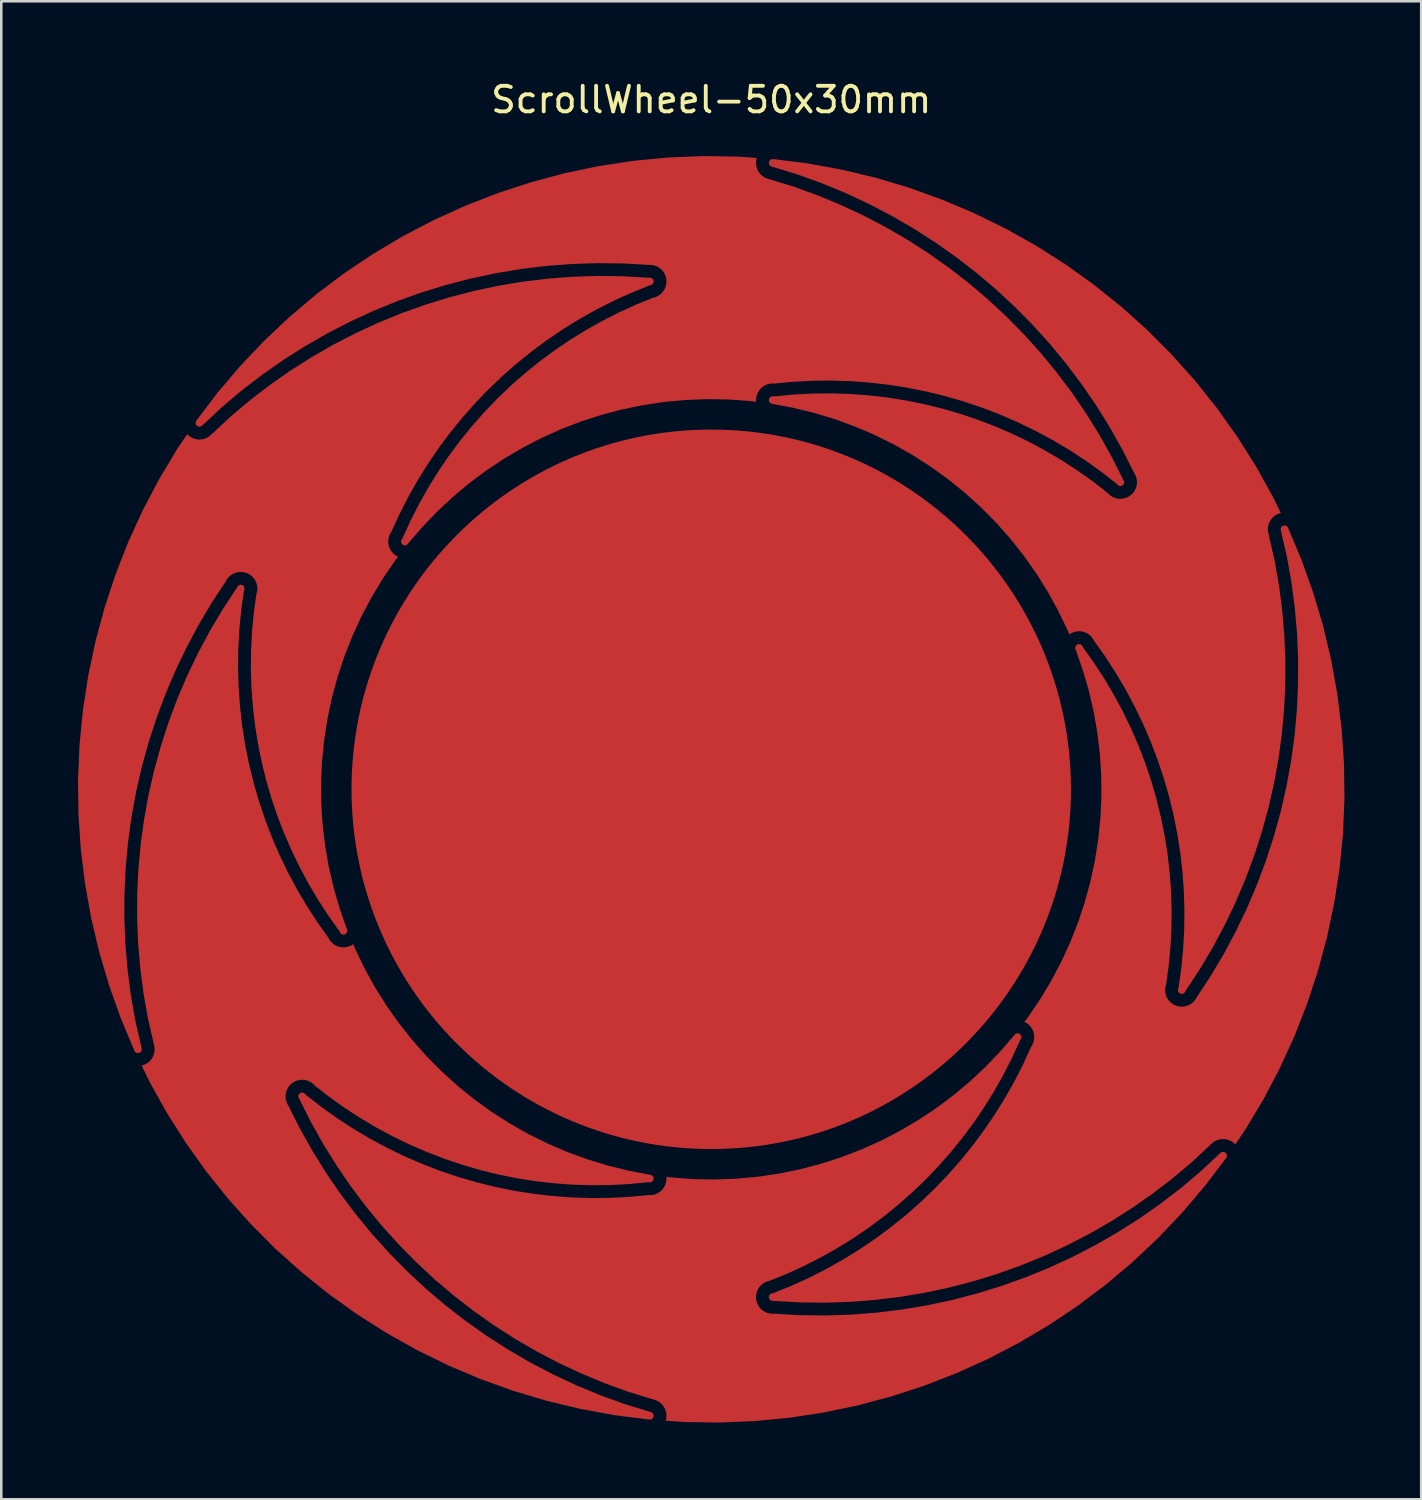
<source format=kicad_pcb>
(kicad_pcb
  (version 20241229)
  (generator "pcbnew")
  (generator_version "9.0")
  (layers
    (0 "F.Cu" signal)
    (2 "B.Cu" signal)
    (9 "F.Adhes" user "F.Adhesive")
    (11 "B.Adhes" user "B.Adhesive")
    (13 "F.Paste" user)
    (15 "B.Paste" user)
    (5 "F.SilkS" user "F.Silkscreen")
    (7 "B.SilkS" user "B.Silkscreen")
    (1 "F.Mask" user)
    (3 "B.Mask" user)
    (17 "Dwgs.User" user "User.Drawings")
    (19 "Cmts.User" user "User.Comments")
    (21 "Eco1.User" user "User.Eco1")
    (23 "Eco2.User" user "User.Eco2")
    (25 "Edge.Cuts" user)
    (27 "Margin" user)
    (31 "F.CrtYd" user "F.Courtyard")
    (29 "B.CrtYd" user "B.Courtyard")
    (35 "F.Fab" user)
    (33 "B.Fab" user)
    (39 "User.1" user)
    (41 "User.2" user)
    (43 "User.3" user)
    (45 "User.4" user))
  (footprint "ScrollWheel-50x30mm"
    (layer "F.Cu")
    (at 24.747 27.798)
    (property "Reference" "ScrollWheel-50x30mm" (at 0 -26.95 0) (layer "F.SilkS") (effects (font (size 1 1) (thickness 0.15))))
    (attr smd)
    (fp_circle (center 0 0) (end -0.5 -14) (stroke (width 0.1) (type solid)) (fill yes) (layer "F.Cu"))
    (pad "1" smd custom (at 0 -20) (size 2 2) (layers "F.Cu") (options (anchor circle)) (primitives (gr_poly (pts (xy 1.054 -4.727) (xy 1.78 -4.676) (xy 1.765 -4.619) (xy 1.758 -4.579) (xy 1.751 -4.513) (xy 1.751 -4.472) (xy 1.755 -4.406) (xy 1.761 -4.365) (xy 1.777 -4.301) (xy 1.789 -4.262) (xy 1.815 -4.201) (xy 1.834 -4.164) (xy 1.869 -4.108) (xy 1.894 -4.075) (xy 1.938 -4.026) (xy 1.968 -3.998) (xy 2.02 -3.956) (xy 2.054 -3.933) (xy 2.112 -3.901) (xy 2.149 -3.884) (xy 2.211 -3.861) (xy 2.223 -3.857) (xy 3.229 -3.551) (xy 4.15 -3.217) (xy 5.057 -2.841) (xy 5.946 -2.426) (xy 6.815 -1.972) (xy 7.664 -1.48) (xy 8.489 -0.95) (xy 9.291 -0.384) (xy 10.066 0.217) (xy 10.814 0.852) (xy 11.533 1.52) (xy 12.221 2.219) (xy 12.878 2.948) (xy 13.501 3.705) (xy 14.091 4.49) (xy 14.644 5.299) (xy 15.162 6.133) (xy 15.641 6.989) (xy 16.085 7.87) (xy 16.096 7.891) (xy 16.121 7.929) (xy 16.13 7.952) (xy 16.136 7.976) (xy 16.137 8.001) (xy 16.135 8.025) (xy 16.128 8.049) (xy 16.118 8.071) (xy 16.104 8.092) (xy 16.087 8.109) (xy 16.068 8.124) (xy 16.046 8.136) (xy 16.022 8.143) (xy 15.998 8.147) (xy 15.973 8.146) (xy 15.949 8.142) (xy 15.926 8.133) (xy 15.904 8.121) (xy 15.885 8.106) (xy 15.855 8.072) (xy 15.822 8.041) (xy 15.235 7.584) (xy 15.227 7.578) (xy 14.622 7.146) (xy 14.613 7.14) (xy 13.99 6.734) (xy 13.981 6.729) (xy 13.342 6.35) (xy 13.332 6.344) (xy 12.678 5.992) (xy 12.668 5.988) (xy 11.999 5.663) (xy 11.99 5.659) (xy 11.308 5.363) (xy 11.298 5.359) (xy 10.604 5.092) (xy 10.594 5.088) (xy 9.89 4.851) (xy 9.88 4.848) (xy 9.166 4.64) (xy 9.156 4.637) (xy 8.434 4.459) (xy 8.424 4.457) (xy 7.695 4.31) (xy 7.685 4.308) (xy 6.95 4.192) (xy 6.94 4.19) (xy 6.202 4.105) (xy 6.191 4.104) (xy 5.45 4.049) (xy 5.439 4.049) (xy 4.696 4.026) (xy 4.686 4.025) (xy 3.942 4.033) (xy 3.932 4.034) (xy 3.189 4.073) (xy 3.179 4.074) (xy 2.46 4.142) (xy 2.415 4.139) (xy 2.374 4.139) (xy 2.308 4.145) (xy 2.267 4.152) (xy 2.203 4.169) (xy 2.164 4.183) (xy 2.104 4.21) (xy 2.068 4.23) (xy 2.013 4.267) (xy 1.981 4.292) (xy 1.932 4.337) (xy 1.905 4.368) (xy 1.865 4.421) (xy 1.842 4.455) (xy 1.811 4.514) (xy 1.795 4.552) (xy 1.774 4.614) (xy 1.764 4.654) (xy 1.754 4.72) (xy 1.751 4.761) (xy 1.752 4.827) (xy 1.754 4.856) (xy 1.55 4.829) (xy 1.536 4.828) (xy 0.712 4.767) (xy 0.698 4.766) (xy -0.128 4.751) (xy -0.142 4.751) (xy -0.968 4.781) (xy -0.982 4.782) (xy -1.805 4.857) (xy -1.819 4.859) (xy -2.637 4.98) (xy -2.65 4.982) (xy -3.46 5.148) (xy -3.473 5.151) (xy -4.273 5.361) (xy -4.286 5.365) (xy -5.073 5.619) (xy -5.086 5.623) (xy -5.857 5.92) (xy -5.87 5.925) (xy -6.624 6.264) (xy -6.637 6.27) (xy -7.371 6.65) (xy -7.383 6.656) (xy -8.095 7.076) (xy -8.107 7.083) (xy -8.795 7.542) (xy -8.806 7.549) (xy -9.468 8.045) (xy -9.478 8.053) (xy -10.112 8.585) (xy -10.122 8.594) (xy -10.725 9.159) (xy -10.735 9.169) (xy -11.306 9.766) (xy -11.315 9.776) (xy -11.88 10.431) (xy -11.895 10.442) (xy -11.916 10.453) (xy -11.94 10.461) (xy -11.964 10.464) (xy -11.989 10.464) (xy -12.013 10.459) (xy -12.036 10.451) (xy -12.058 10.439) (xy -12.077 10.423) (xy -12.093 10.405) (xy -12.106 10.384) (xy -12.116 10.361) (xy -12.121 10.337) (xy -12.123 10.313) (xy -12.12 10.288) (xy -12.114 10.265) (xy -12.104 10.242) (xy -12.078 10.205) (xy -12.057 10.168) (xy -11.751 9.497) (xy -11.418 8.843) (xy -11.058 8.205) (xy -10.672 7.582) (xy -10.26 6.976) (xy -9.823 6.387) (xy -9.362 5.818) (xy -8.877 5.268) (xy -8.37 4.739) (xy -7.84 4.232) (xy -7.29 3.748) (xy -6.72 3.287) (xy -6.131 2.851) (xy -5.525 2.439) (xy -4.901 2.054) (xy -4.262 1.695) (xy -3.609 1.363) (xy -2.942 1.059) (xy -2.279 0.79) (xy -2.237 0.781) (xy -2.197 0.77) (xy -2.136 0.746) (xy -2.098 0.728) (xy -2.042 0.694) (xy -2.008 0.671) (xy -1.957 0.628) (xy -1.928 0.599) (xy -1.885 0.549) (xy -1.861 0.515) (xy -1.827 0.459) (xy -1.809 0.421) (xy -1.784 0.36) (xy -1.773 0.32) (xy -1.759 0.256) (xy -1.754 0.215) (xy -1.751 0.149) (xy -1.752 0.108) (xy -1.76 0.042) (xy -1.768 0.002) (xy -1.787 -0.062) (xy -1.802 -0.1) (xy -1.831 -0.16) (xy -1.852 -0.195) (xy -1.89 -0.249) (xy -1.916 -0.281) (xy -1.963 -0.328) (xy -1.994 -0.354) (xy -2.048 -0.393) (xy -2.083 -0.414) (xy -2.143 -0.444) (xy -2.181 -0.459) (xy -2.244 -0.478) (xy -2.285 -0.486) (xy -2.35 -0.495) (xy -2.391 -0.497) (xy -2.446 -0.495) (xy -3.424 -0.551) (xy -3.435 -0.551) (xy -4.427 -0.564) (xy -4.439 -0.564) (xy -5.43 -0.532) (xy -5.441 -0.532) (xy -6.431 -0.456) (xy -6.442 -0.455) (xy -7.427 -0.336) (xy -7.438 -0.334) (xy -8.416 -0.171) (xy -8.427 -0.169) (xy -9.398 0.038) (xy -9.409 0.04) (xy -10.369 0.29) (xy -10.38 0.293) (xy -11.328 0.585) (xy -11.339 0.588) (xy -12.273 0.922) (xy -12.283 0.926) (xy -13.202 1.301) (xy -13.212 1.306) (xy -14.113 1.722) (xy -14.123 1.726) (xy -15.004 2.182) (xy -15.014 2.187) (xy -15.875 2.681) (xy -15.884 2.687) (xy -16.722 3.219) (xy -16.731 3.225) (xy -17.544 3.794) (xy -17.553 3.8) (xy -18.34 4.404) (xy -18.349 4.411) (xy -19.108 5.05) (xy -19.118 5.059) (xy -19.886 5.776) (xy -19.916 5.802) (xy -19.937 5.814) (xy -19.96 5.823) (xy -19.984 5.828) (xy -20.009 5.829) (xy -20.033 5.826) (xy -20.057 5.819) (xy -20.079 5.808) (xy -20.099 5.794) (xy -20.117 5.776) (xy -20.131 5.756) (xy -20.142 5.734) (xy -20.149 5.711) (xy -20.152 5.686) (xy -20.151 5.662) (xy -20.145 5.637) (xy -20.137 5.615) (xy -20.12 5.587) (xy -19.3 4.506) (xy -18.417 3.467) (xy -17.479 2.477) (xy -16.487 1.541) (xy -15.445 0.661) (xy -14.356 -0.161) (xy -13.224 -0.921) (xy -12.051 -1.618) (xy -10.842 -2.249) (xy -9.6 -2.812) (xy -8.329 -3.306) (xy -7.032 -3.73) (xy -5.714 -4.081) (xy -4.379 -4.359) (xy -3.03 -4.564) (xy -1.673 -4.693) (xy -0.31 -4.748)) (width 0) (fill yes))))
    (pad "2" smd custom (at -17.321 -10 60) (size 2 2) (layers "F.Cu") (options (anchor circle)) (primitives (gr_poly (pts (xy 1.054 -4.727) (xy 1.78 -4.676) (xy 1.765 -4.619) (xy 1.758 -4.579) (xy 1.751 -4.513) (xy 1.751 -4.472) (xy 1.755 -4.406) (xy 1.761 -4.365) (xy 1.777 -4.301) (xy 1.789 -4.262) (xy 1.815 -4.201) (xy 1.834 -4.164) (xy 1.869 -4.108) (xy 1.894 -4.075) (xy 1.938 -4.026) (xy 1.968 -3.998) (xy 2.02 -3.956) (xy 2.054 -3.933) (xy 2.112 -3.901) (xy 2.149 -3.884) (xy 2.211 -3.861) (xy 2.223 -3.857) (xy 3.229 -3.551) (xy 4.15 -3.217) (xy 5.057 -2.841) (xy 5.946 -2.426) (xy 6.815 -1.972) (xy 7.664 -1.48) (xy 8.489 -0.95) (xy 9.291 -0.384) (xy 10.066 0.217) (xy 10.814 0.852) (xy 11.533 1.52) (xy 12.221 2.219) (xy 12.878 2.948) (xy 13.501 3.705) (xy 14.091 4.49) (xy 14.644 5.299) (xy 15.162 6.133) (xy 15.641 6.989) (xy 16.085 7.87) (xy 16.096 7.891) (xy 16.121 7.929) (xy 16.13 7.952) (xy 16.136 7.976) (xy 16.137 8.001) (xy 16.135 8.025) (xy 16.128 8.049) (xy 16.118 8.071) (xy 16.104 8.092) (xy 16.087 8.109) (xy 16.068 8.124) (xy 16.046 8.136) (xy 16.022 8.143) (xy 15.998 8.147) (xy 15.973 8.146) (xy 15.949 8.142) (xy 15.926 8.133) (xy 15.904 8.121) (xy 15.885 8.106) (xy 15.855 8.072) (xy 15.822 8.041) (xy 15.235 7.584) (xy 15.227 7.578) (xy 14.622 7.146) (xy 14.613 7.14) (xy 13.99 6.734) (xy 13.981 6.729) (xy 13.342 6.35) (xy 13.332 6.344) (xy 12.678 5.992) (xy 12.668 5.988) (xy 11.999 5.663) (xy 11.99 5.659) (xy 11.308 5.363) (xy 11.298 5.359) (xy 10.604 5.092) (xy 10.594 5.088) (xy 9.89 4.851) (xy 9.88 4.848) (xy 9.166 4.64) (xy 9.156 4.637) (xy 8.434 4.459) (xy 8.424 4.457) (xy 7.695 4.31) (xy 7.685 4.308) (xy 6.95 4.192) (xy 6.94 4.19) (xy 6.202 4.105) (xy 6.191 4.104) (xy 5.45 4.049) (xy 5.439 4.049) (xy 4.696 4.026) (xy 4.686 4.025) (xy 3.942 4.033) (xy 3.932 4.034) (xy 3.189 4.073) (xy 3.179 4.074) (xy 2.46 4.142) (xy 2.415 4.139) (xy 2.374 4.139) (xy 2.308 4.145) (xy 2.267 4.152) (xy 2.203 4.169) (xy 2.164 4.183) (xy 2.104 4.21) (xy 2.068 4.23) (xy 2.013 4.267) (xy 1.981 4.292) (xy 1.932 4.337) (xy 1.905 4.368) (xy 1.865 4.421) (xy 1.842 4.455) (xy 1.811 4.514) (xy 1.795 4.552) (xy 1.774 4.614) (xy 1.764 4.654) (xy 1.754 4.72) (xy 1.751 4.761) (xy 1.752 4.827) (xy 1.754 4.856) (xy 1.55 4.829) (xy 1.536 4.828) (xy 0.712 4.767) (xy 0.698 4.766) (xy -0.128 4.751) (xy -0.142 4.751) (xy -0.968 4.781) (xy -0.982 4.782) (xy -1.805 4.857) (xy -1.819 4.859) (xy -2.637 4.98) (xy -2.65 4.982) (xy -3.46 5.148) (xy -3.473 5.151) (xy -4.273 5.361) (xy -4.286 5.365) (xy -5.073 5.619) (xy -5.086 5.623) (xy -5.857 5.92) (xy -5.87 5.925) (xy -6.624 6.264) (xy -6.637 6.27) (xy -7.371 6.65) (xy -7.383 6.656) (xy -8.095 7.076) (xy -8.107 7.083) (xy -8.795 7.542) (xy -8.806 7.549) (xy -9.468 8.045) (xy -9.478 8.053) (xy -10.112 8.585) (xy -10.122 8.594) (xy -10.725 9.159) (xy -10.735 9.169) (xy -11.306 9.766) (xy -11.315 9.776) (xy -11.88 10.431) (xy -11.895 10.442) (xy -11.916 10.453) (xy -11.94 10.461) (xy -11.964 10.464) (xy -11.989 10.464) (xy -12.013 10.459) (xy -12.036 10.451) (xy -12.058 10.439) (xy -12.077 10.423) (xy -12.093 10.405) (xy -12.106 10.384) (xy -12.116 10.361) (xy -12.121 10.337) (xy -12.123 10.313) (xy -12.12 10.288) (xy -12.114 10.265) (xy -12.104 10.242) (xy -12.078 10.205) (xy -12.057 10.168) (xy -11.751 9.497) (xy -11.418 8.843) (xy -11.058 8.205) (xy -10.672 7.582) (xy -10.26 6.976) (xy -9.823 6.387) (xy -9.362 5.818) (xy -8.877 5.268) (xy -8.37 4.739) (xy -7.84 4.232) (xy -7.29 3.748) (xy -6.72 3.287) (xy -6.131 2.851) (xy -5.525 2.439) (xy -4.901 2.054) (xy -4.262 1.695) (xy -3.609 1.363) (xy -2.942 1.059) (xy -2.279 0.79) (xy -2.237 0.781) (xy -2.197 0.77) (xy -2.136 0.746) (xy -2.098 0.728) (xy -2.042 0.694) (xy -2.008 0.671) (xy -1.957 0.628) (xy -1.928 0.599) (xy -1.885 0.549) (xy -1.861 0.515) (xy -1.827 0.459) (xy -1.809 0.421) (xy -1.784 0.36) (xy -1.773 0.32) (xy -1.759 0.256) (xy -1.754 0.215) (xy -1.751 0.149) (xy -1.752 0.108) (xy -1.76 0.042) (xy -1.768 0.002) (xy -1.787 -0.062) (xy -1.802 -0.1) (xy -1.831 -0.16) (xy -1.852 -0.195) (xy -1.89 -0.249) (xy -1.916 -0.281) (xy -1.963 -0.328) (xy -1.994 -0.354) (xy -2.048 -0.393) (xy -2.083 -0.414) (xy -2.143 -0.444) (xy -2.181 -0.459) (xy -2.244 -0.478) (xy -2.285 -0.486) (xy -2.35 -0.495) (xy -2.391 -0.497) (xy -2.446 -0.495) (xy -3.424 -0.551) (xy -3.435 -0.551) (xy -4.427 -0.564) (xy -4.439 -0.564) (xy -5.43 -0.532) (xy -5.441 -0.532) (xy -6.431 -0.456) (xy -6.442 -0.455) (xy -7.427 -0.336) (xy -7.438 -0.334) (xy -8.416 -0.171) (xy -8.427 -0.169) (xy -9.398 0.038) (xy -9.409 0.04) (xy -10.369 0.29) (xy -10.38 0.293) (xy -11.328 0.585) (xy -11.339 0.588) (xy -12.273 0.922) (xy -12.283 0.926) (xy -13.202 1.301) (xy -13.212 1.306) (xy -14.113 1.722) (xy -14.123 1.726) (xy -15.004 2.182) (xy -15.014 2.187) (xy -15.875 2.681) (xy -15.884 2.687) (xy -16.722 3.219) (xy -16.731 3.225) (xy -17.544 3.794) (xy -17.553 3.8) (xy -18.34 4.404) (xy -18.349 4.411) (xy -19.108 5.05) (xy -19.118 5.059) (xy -19.886 5.776) (xy -19.916 5.802) (xy -19.937 5.814) (xy -19.96 5.823) (xy -19.984 5.828) (xy -20.009 5.829) (xy -20.033 5.826) (xy -20.057 5.819) (xy -20.079 5.808) (xy -20.099 5.794) (xy -20.117 5.776) (xy -20.131 5.756) (xy -20.142 5.734) (xy -20.149 5.711) (xy -20.152 5.686) (xy -20.151 5.662) (xy -20.145 5.637) (xy -20.137 5.615) (xy -20.12 5.587) (xy -19.3 4.506) (xy -18.417 3.467) (xy -17.479 2.477) (xy -16.487 1.541) (xy -15.445 0.661) (xy -14.356 -0.161) (xy -13.224 -0.921) (xy -12.051 -1.618) (xy -10.842 -2.249) (xy -9.6 -2.812) (xy -8.329 -3.306) (xy -7.032 -3.73) (xy -5.714 -4.081) (xy -4.379 -4.359) (xy -3.03 -4.564) (xy -1.673 -4.693) (xy -0.31 -4.748)) (width 0) (fill yes))))
    (pad "3" smd custom (at -17.321 10 120) (size 2 2) (layers "F.Cu") (options (anchor circle)) (primitives (gr_poly (pts (xy 1.054 -4.727) (xy 1.78 -4.676) (xy 1.765 -4.619) (xy 1.758 -4.579) (xy 1.751 -4.513) (xy 1.751 -4.472) (xy 1.755 -4.406) (xy 1.761 -4.365) (xy 1.777 -4.301) (xy 1.789 -4.262) (xy 1.815 -4.201) (xy 1.834 -4.164) (xy 1.869 -4.108) (xy 1.894 -4.075) (xy 1.938 -4.026) (xy 1.968 -3.998) (xy 2.02 -3.956) (xy 2.054 -3.933) (xy 2.112 -3.901) (xy 2.149 -3.884) (xy 2.211 -3.861) (xy 2.223 -3.857) (xy 3.229 -3.551) (xy 4.15 -3.217) (xy 5.057 -2.841) (xy 5.946 -2.426) (xy 6.815 -1.972) (xy 7.664 -1.48) (xy 8.489 -0.95) (xy 9.291 -0.384) (xy 10.066 0.217) (xy 10.814 0.852) (xy 11.533 1.52) (xy 12.221 2.219) (xy 12.878 2.948) (xy 13.501 3.705) (xy 14.091 4.49) (xy 14.644 5.299) (xy 15.162 6.133) (xy 15.641 6.989) (xy 16.085 7.87) (xy 16.096 7.891) (xy 16.121 7.929) (xy 16.13 7.952) (xy 16.136 7.976) (xy 16.137 8.001) (xy 16.135 8.025) (xy 16.128 8.049) (xy 16.118 8.071) (xy 16.104 8.092) (xy 16.087 8.109) (xy 16.068 8.124) (xy 16.046 8.136) (xy 16.022 8.143) (xy 15.998 8.147) (xy 15.973 8.146) (xy 15.949 8.142) (xy 15.926 8.133) (xy 15.904 8.121) (xy 15.885 8.106) (xy 15.855 8.072) (xy 15.822 8.041) (xy 15.235 7.584) (xy 15.227 7.578) (xy 14.622 7.146) (xy 14.613 7.14) (xy 13.99 6.734) (xy 13.981 6.729) (xy 13.342 6.35) (xy 13.332 6.344) (xy 12.678 5.992) (xy 12.668 5.988) (xy 11.999 5.663) (xy 11.99 5.659) (xy 11.308 5.363) (xy 11.298 5.359) (xy 10.604 5.092) (xy 10.594 5.088) (xy 9.89 4.851) (xy 9.88 4.848) (xy 9.166 4.64) (xy 9.156 4.637) (xy 8.434 4.459) (xy 8.424 4.457) (xy 7.695 4.31) (xy 7.685 4.308) (xy 6.95 4.192) (xy 6.94 4.19) (xy 6.202 4.105) (xy 6.191 4.104) (xy 5.45 4.049) (xy 5.439 4.049) (xy 4.696 4.026) (xy 4.686 4.025) (xy 3.942 4.033) (xy 3.932 4.034) (xy 3.189 4.073) (xy 3.179 4.074) (xy 2.46 4.142) (xy 2.415 4.139) (xy 2.374 4.139) (xy 2.308 4.145) (xy 2.267 4.152) (xy 2.203 4.169) (xy 2.164 4.183) (xy 2.104 4.21) (xy 2.068 4.23) (xy 2.013 4.267) (xy 1.981 4.292) (xy 1.932 4.337) (xy 1.905 4.368) (xy 1.865 4.421) (xy 1.842 4.455) (xy 1.811 4.514) (xy 1.795 4.552) (xy 1.774 4.614) (xy 1.764 4.654) (xy 1.754 4.72) (xy 1.751 4.761) (xy 1.752 4.827) (xy 1.754 4.856) (xy 1.55 4.829) (xy 1.536 4.828) (xy 0.712 4.767) (xy 0.698 4.766) (xy -0.128 4.751) (xy -0.142 4.751) (xy -0.968 4.781) (xy -0.982 4.782) (xy -1.805 4.857) (xy -1.819 4.859) (xy -2.637 4.98) (xy -2.65 4.982) (xy -3.46 5.148) (xy -3.473 5.151) (xy -4.273 5.361) (xy -4.286 5.365) (xy -5.073 5.619) (xy -5.086 5.623) (xy -5.857 5.92) (xy -5.87 5.925) (xy -6.624 6.264) (xy -6.637 6.27) (xy -7.371 6.65) (xy -7.383 6.656) (xy -8.095 7.076) (xy -8.107 7.083) (xy -8.795 7.542) (xy -8.806 7.549) (xy -9.468 8.045) (xy -9.478 8.053) (xy -10.112 8.585) (xy -10.122 8.594) (xy -10.725 9.159) (xy -10.735 9.169) (xy -11.306 9.766) (xy -11.315 9.776) (xy -11.88 10.431) (xy -11.895 10.442) (xy -11.916 10.453) (xy -11.94 10.461) (xy -11.964 10.464) (xy -11.989 10.464) (xy -12.013 10.459) (xy -12.036 10.451) (xy -12.058 10.439) (xy -12.077 10.423) (xy -12.093 10.405) (xy -12.106 10.384) (xy -12.116 10.361) (xy -12.121 10.337) (xy -12.123 10.313) (xy -12.12 10.288) (xy -12.114 10.265) (xy -12.104 10.242) (xy -12.078 10.205) (xy -12.057 10.168) (xy -11.751 9.497) (xy -11.418 8.843) (xy -11.058 8.205) (xy -10.672 7.582) (xy -10.26 6.976) (xy -9.823 6.387) (xy -9.362 5.818) (xy -8.877 5.268) (xy -8.37 4.739) (xy -7.84 4.232) (xy -7.29 3.748) (xy -6.72 3.287) (xy -6.131 2.851) (xy -5.525 2.439) (xy -4.901 2.054) (xy -4.262 1.695) (xy -3.609 1.363) (xy -2.942 1.059) (xy -2.279 0.79) (xy -2.237 0.781) (xy -2.197 0.77) (xy -2.136 0.746) (xy -2.098 0.728) (xy -2.042 0.694) (xy -2.008 0.671) (xy -1.957 0.628) (xy -1.928 0.599) (xy -1.885 0.549) (xy -1.861 0.515) (xy -1.827 0.459) (xy -1.809 0.421) (xy -1.784 0.36) (xy -1.773 0.32) (xy -1.759 0.256) (xy -1.754 0.215) (xy -1.751 0.149) (xy -1.752 0.108) (xy -1.76 0.042) (xy -1.768 0.002) (xy -1.787 -0.062) (xy -1.802 -0.1) (xy -1.831 -0.16) (xy -1.852 -0.195) (xy -1.89 -0.249) (xy -1.916 -0.281) (xy -1.963 -0.328) (xy -1.994 -0.354) (xy -2.048 -0.393) (xy -2.083 -0.414) (xy -2.143 -0.444) (xy -2.181 -0.459) (xy -2.244 -0.478) (xy -2.285 -0.486) (xy -2.35 -0.495) (xy -2.391 -0.497) (xy -2.446 -0.495) (xy -3.424 -0.551) (xy -3.435 -0.551) (xy -4.427 -0.564) (xy -4.439 -0.564) (xy -5.43 -0.532) (xy -5.441 -0.532) (xy -6.431 -0.456) (xy -6.442 -0.455) (xy -7.427 -0.336) (xy -7.438 -0.334) (xy -8.416 -0.171) (xy -8.427 -0.169) (xy -9.398 0.038) (xy -9.409 0.04) (xy -10.369 0.29) (xy -10.38 0.293) (xy -11.328 0.585) (xy -11.339 0.588) (xy -12.273 0.922) (xy -12.283 0.926) (xy -13.202 1.301) (xy -13.212 1.306) (xy -14.113 1.722) (xy -14.123 1.726) (xy -15.004 2.182) (xy -15.014 2.187) (xy -15.875 2.681) (xy -15.884 2.687) (xy -16.722 3.219) (xy -16.731 3.225) (xy -17.544 3.794) (xy -17.553 3.8) (xy -18.34 4.404) (xy -18.349 4.411) (xy -19.108 5.05) (xy -19.118 5.059) (xy -19.886 5.776) (xy -19.916 5.802) (xy -19.937 5.814) (xy -19.96 5.823) (xy -19.984 5.828) (xy -20.009 5.829) (xy -20.033 5.826) (xy -20.057 5.819) (xy -20.079 5.808) (xy -20.099 5.794) (xy -20.117 5.776) (xy -20.131 5.756) (xy -20.142 5.734) (xy -20.149 5.711) (xy -20.152 5.686) (xy -20.151 5.662) (xy -20.145 5.637) (xy -20.137 5.615) (xy -20.12 5.587) (xy -19.3 4.506) (xy -18.417 3.467) (xy -17.479 2.477) (xy -16.487 1.541) (xy -15.445 0.661) (xy -14.356 -0.161) (xy -13.224 -0.921) (xy -12.051 -1.618) (xy -10.842 -2.249) (xy -9.6 -2.812) (xy -8.329 -3.306) (xy -7.032 -3.73) (xy -5.714 -4.081) (xy -4.379 -4.359) (xy -3.03 -4.564) (xy -1.673 -4.693) (xy -0.31 -4.748)) (width 0) (fill yes))))
    (pad "4" smd custom (at 0 20 180) (size 2 2) (layers "F.Cu") (options (anchor circle)) (primitives (gr_poly (pts (xy 1.054 -4.727) (xy 1.78 -4.676) (xy 1.765 -4.619) (xy 1.758 -4.579) (xy 1.751 -4.513) (xy 1.751 -4.472) (xy 1.755 -4.406) (xy 1.761 -4.365) (xy 1.777 -4.301) (xy 1.789 -4.262) (xy 1.815 -4.201) (xy 1.834 -4.164) (xy 1.869 -4.108) (xy 1.894 -4.075) (xy 1.938 -4.026) (xy 1.968 -3.998) (xy 2.02 -3.956) (xy 2.054 -3.933) (xy 2.112 -3.901) (xy 2.149 -3.884) (xy 2.211 -3.861) (xy 2.223 -3.857) (xy 3.229 -3.551) (xy 4.15 -3.217) (xy 5.057 -2.841) (xy 5.946 -2.426) (xy 6.815 -1.972) (xy 7.664 -1.48) (xy 8.489 -0.95) (xy 9.291 -0.384) (xy 10.066 0.217) (xy 10.814 0.852) (xy 11.533 1.52) (xy 12.221 2.219) (xy 12.878 2.948) (xy 13.501 3.705) (xy 14.091 4.49) (xy 14.644 5.299) (xy 15.162 6.133) (xy 15.641 6.989) (xy 16.085 7.87) (xy 16.096 7.891) (xy 16.121 7.929) (xy 16.13 7.952) (xy 16.136 7.976) (xy 16.137 8.001) (xy 16.135 8.025) (xy 16.128 8.049) (xy 16.118 8.071) (xy 16.104 8.092) (xy 16.087 8.109) (xy 16.068 8.124) (xy 16.046 8.136) (xy 16.022 8.143) (xy 15.998 8.147) (xy 15.973 8.146) (xy 15.949 8.142) (xy 15.926 8.133) (xy 15.904 8.121) (xy 15.885 8.106) (xy 15.855 8.072) (xy 15.822 8.041) (xy 15.235 7.584) (xy 15.227 7.578) (xy 14.622 7.146) (xy 14.613 7.14) (xy 13.99 6.734) (xy 13.981 6.729) (xy 13.342 6.35) (xy 13.332 6.344) (xy 12.678 5.992) (xy 12.668 5.988) (xy 11.999 5.663) (xy 11.99 5.659) (xy 11.308 5.363) (xy 11.298 5.359) (xy 10.604 5.092) (xy 10.594 5.088) (xy 9.89 4.851) (xy 9.88 4.848) (xy 9.166 4.64) (xy 9.156 4.637) (xy 8.434 4.459) (xy 8.424 4.457) (xy 7.695 4.31) (xy 7.685 4.308) (xy 6.95 4.192) (xy 6.94 4.19) (xy 6.202 4.105) (xy 6.191 4.104) (xy 5.45 4.049) (xy 5.439 4.049) (xy 4.696 4.026) (xy 4.686 4.025) (xy 3.942 4.033) (xy 3.932 4.034) (xy 3.189 4.073) (xy 3.179 4.074) (xy 2.46 4.142) (xy 2.415 4.139) (xy 2.374 4.139) (xy 2.308 4.145) (xy 2.267 4.152) (xy 2.203 4.169) (xy 2.164 4.183) (xy 2.104 4.21) (xy 2.068 4.23) (xy 2.013 4.267) (xy 1.981 4.292) (xy 1.932 4.337) (xy 1.905 4.368) (xy 1.865 4.421) (xy 1.842 4.455) (xy 1.811 4.514) (xy 1.795 4.552) (xy 1.774 4.614) (xy 1.764 4.654) (xy 1.754 4.72) (xy 1.751 4.761) (xy 1.752 4.827) (xy 1.754 4.856) (xy 1.55 4.829) (xy 1.536 4.828) (xy 0.712 4.767) (xy 0.698 4.766) (xy -0.128 4.751) (xy -0.142 4.751) (xy -0.968 4.781) (xy -0.982 4.782) (xy -1.805 4.857) (xy -1.819 4.859) (xy -2.637 4.98) (xy -2.65 4.982) (xy -3.46 5.148) (xy -3.473 5.151) (xy -4.273 5.361) (xy -4.286 5.365) (xy -5.073 5.619) (xy -5.086 5.623) (xy -5.857 5.92) (xy -5.87 5.925) (xy -6.624 6.264) (xy -6.637 6.27) (xy -7.371 6.65) (xy -7.383 6.656) (xy -8.095 7.076) (xy -8.107 7.083) (xy -8.795 7.542) (xy -8.806 7.549) (xy -9.468 8.045) (xy -9.478 8.053) (xy -10.112 8.585) (xy -10.122 8.594) (xy -10.725 9.159) (xy -10.735 9.169) (xy -11.306 9.766) (xy -11.315 9.776) (xy -11.88 10.431) (xy -11.895 10.442) (xy -11.916 10.453) (xy -11.94 10.461) (xy -11.964 10.464) (xy -11.989 10.464) (xy -12.013 10.459) (xy -12.036 10.451) (xy -12.058 10.439) (xy -12.077 10.423) (xy -12.093 10.405) (xy -12.106 10.384) (xy -12.116 10.361) (xy -12.121 10.337) (xy -12.123 10.313) (xy -12.12 10.288) (xy -12.114 10.265) (xy -12.104 10.242) (xy -12.078 10.205) (xy -12.057 10.168) (xy -11.751 9.497) (xy -11.418 8.843) (xy -11.058 8.205) (xy -10.672 7.582) (xy -10.26 6.976) (xy -9.823 6.387) (xy -9.362 5.818) (xy -8.877 5.268) (xy -8.37 4.739) (xy -7.84 4.232) (xy -7.29 3.748) (xy -6.72 3.287) (xy -6.131 2.851) (xy -5.525 2.439) (xy -4.901 2.054) (xy -4.262 1.695) (xy -3.609 1.363) (xy -2.942 1.059) (xy -2.279 0.79) (xy -2.237 0.781) (xy -2.197 0.77) (xy -2.136 0.746) (xy -2.098 0.728) (xy -2.042 0.694) (xy -2.008 0.671) (xy -1.957 0.628) (xy -1.928 0.599) (xy -1.885 0.549) (xy -1.861 0.515) (xy -1.827 0.459) (xy -1.809 0.421) (xy -1.784 0.36) (xy -1.773 0.32) (xy -1.759 0.256) (xy -1.754 0.215) (xy -1.751 0.149) (xy -1.752 0.108) (xy -1.76 0.042) (xy -1.768 0.002) (xy -1.787 -0.062) (xy -1.802 -0.1) (xy -1.831 -0.16) (xy -1.852 -0.195) (xy -1.89 -0.249) (xy -1.916 -0.281) (xy -1.963 -0.328) (xy -1.994 -0.354) (xy -2.048 -0.393) (xy -2.083 -0.414) (xy -2.143 -0.444) (xy -2.181 -0.459) (xy -2.244 -0.478) (xy -2.285 -0.486) (xy -2.35 -0.495) (xy -2.391 -0.497) (xy -2.446 -0.495) (xy -3.424 -0.551) (xy -3.435 -0.551) (xy -4.427 -0.564) (xy -4.439 -0.564) (xy -5.43 -0.532) (xy -5.441 -0.532) (xy -6.431 -0.456) (xy -6.442 -0.455) (xy -7.427 -0.336) (xy -7.438 -0.334) (xy -8.416 -0.171) (xy -8.427 -0.169) (xy -9.398 0.038) (xy -9.409 0.04) (xy -10.369 0.29) (xy -10.38 0.293) (xy -11.328 0.585) (xy -11.339 0.588) (xy -12.273 0.922) (xy -12.283 0.926) (xy -13.202 1.301) (xy -13.212 1.306) (xy -14.113 1.722) (xy -14.123 1.726) (xy -15.004 2.182) (xy -15.014 2.187) (xy -15.875 2.681) (xy -15.884 2.687) (xy -16.722 3.219) (xy -16.731 3.225) (xy -17.544 3.794) (xy -17.553 3.8) (xy -18.34 4.404) (xy -18.349 4.411) (xy -19.108 5.05) (xy -19.118 5.059) (xy -19.886 5.776) (xy -19.916 5.802) (xy -19.937 5.814) (xy -19.96 5.823) (xy -19.984 5.828) (xy -20.009 5.829) (xy -20.033 5.826) (xy -20.057 5.819) (xy -20.079 5.808) (xy -20.099 5.794) (xy -20.117 5.776) (xy -20.131 5.756) (xy -20.142 5.734) (xy -20.149 5.711) (xy -20.152 5.686) (xy -20.151 5.662) (xy -20.145 5.637) (xy -20.137 5.615) (xy -20.12 5.587) (xy -19.3 4.506) (xy -18.417 3.467) (xy -17.479 2.477) (xy -16.487 1.541) (xy -15.445 0.661) (xy -14.356 -0.161) (xy -13.224 -0.921) (xy -12.051 -1.618) (xy -10.842 -2.249) (xy -9.6 -2.812) (xy -8.329 -3.306) (xy -7.032 -3.73) (xy -5.714 -4.081) (xy -4.379 -4.359) (xy -3.03 -4.564) (xy -1.673 -4.693) (xy -0.31 -4.748)) (width 0) (fill yes))))
    (pad "5" smd custom (at 17.321 10 240) (size 2 2) (layers "F.Cu") (options (anchor circle)) (primitives (gr_poly (pts (xy 1.054 -4.727) (xy 1.78 -4.676) (xy 1.765 -4.619) (xy 1.758 -4.579) (xy 1.751 -4.513) (xy 1.751 -4.472) (xy 1.755 -4.406) (xy 1.761 -4.365) (xy 1.777 -4.301) (xy 1.789 -4.262) (xy 1.815 -4.201) (xy 1.834 -4.164) (xy 1.869 -4.108) (xy 1.894 -4.075) (xy 1.938 -4.026) (xy 1.968 -3.998) (xy 2.02 -3.956) (xy 2.054 -3.933) (xy 2.112 -3.901) (xy 2.149 -3.884) (xy 2.211 -3.861) (xy 2.223 -3.857) (xy 3.229 -3.551) (xy 4.15 -3.217) (xy 5.057 -2.841) (xy 5.946 -2.426) (xy 6.815 -1.972) (xy 7.664 -1.48) (xy 8.489 -0.95) (xy 9.291 -0.384) (xy 10.066 0.217) (xy 10.814 0.852) (xy 11.533 1.52) (xy 12.221 2.219) (xy 12.878 2.948) (xy 13.501 3.705) (xy 14.091 4.49) (xy 14.644 5.299) (xy 15.162 6.133) (xy 15.641 6.989) (xy 16.085 7.87) (xy 16.096 7.891) (xy 16.121 7.929) (xy 16.13 7.952) (xy 16.136 7.976) (xy 16.137 8.001) (xy 16.135 8.025) (xy 16.128 8.049) (xy 16.118 8.071) (xy 16.104 8.092) (xy 16.087 8.109) (xy 16.068 8.124) (xy 16.046 8.136) (xy 16.022 8.143) (xy 15.998 8.147) (xy 15.973 8.146) (xy 15.949 8.142) (xy 15.926 8.133) (xy 15.904 8.121) (xy 15.885 8.106) (xy 15.855 8.072) (xy 15.822 8.041) (xy 15.235 7.584) (xy 15.227 7.578) (xy 14.622 7.146) (xy 14.613 7.14) (xy 13.99 6.734) (xy 13.981 6.729) (xy 13.342 6.35) (xy 13.332 6.344) (xy 12.678 5.992) (xy 12.668 5.988) (xy 11.999 5.663) (xy 11.99 5.659) (xy 11.308 5.363) (xy 11.298 5.359) (xy 10.604 5.092) (xy 10.594 5.088) (xy 9.89 4.851) (xy 9.88 4.848) (xy 9.166 4.64) (xy 9.156 4.637) (xy 8.434 4.459) (xy 8.424 4.457) (xy 7.695 4.31) (xy 7.685 4.308) (xy 6.95 4.192) (xy 6.94 4.19) (xy 6.202 4.105) (xy 6.191 4.104) (xy 5.45 4.049) (xy 5.439 4.049) (xy 4.696 4.026) (xy 4.686 4.025) (xy 3.942 4.033) (xy 3.932 4.034) (xy 3.189 4.073) (xy 3.179 4.074) (xy 2.46 4.142) (xy 2.415 4.139) (xy 2.374 4.139) (xy 2.308 4.145) (xy 2.267 4.152) (xy 2.203 4.169) (xy 2.164 4.183) (xy 2.104 4.21) (xy 2.068 4.23) (xy 2.013 4.267) (xy 1.981 4.292) (xy 1.932 4.337) (xy 1.905 4.368) (xy 1.865 4.421) (xy 1.842 4.455) (xy 1.811 4.514) (xy 1.795 4.552) (xy 1.774 4.614) (xy 1.764 4.654) (xy 1.754 4.72) (xy 1.751 4.761) (xy 1.752 4.827) (xy 1.754 4.856) (xy 1.55 4.829) (xy 1.536 4.828) (xy 0.712 4.767) (xy 0.698 4.766) (xy -0.128 4.751) (xy -0.142 4.751) (xy -0.968 4.781) (xy -0.982 4.782) (xy -1.805 4.857) (xy -1.819 4.859) (xy -2.637 4.98) (xy -2.65 4.982) (xy -3.46 5.148) (xy -3.473 5.151) (xy -4.273 5.361) (xy -4.286 5.365) (xy -5.073 5.619) (xy -5.086 5.623) (xy -5.857 5.92) (xy -5.87 5.925) (xy -6.624 6.264) (xy -6.637 6.27) (xy -7.371 6.65) (xy -7.383 6.656) (xy -8.095 7.076) (xy -8.107 7.083) (xy -8.795 7.542) (xy -8.806 7.549) (xy -9.468 8.045) (xy -9.478 8.053) (xy -10.112 8.585) (xy -10.122 8.594) (xy -10.725 9.159) (xy -10.735 9.169) (xy -11.306 9.766) (xy -11.315 9.776) (xy -11.88 10.431) (xy -11.895 10.442) (xy -11.916 10.453) (xy -11.94 10.461) (xy -11.964 10.464) (xy -11.989 10.464) (xy -12.013 10.459) (xy -12.036 10.451) (xy -12.058 10.439) (xy -12.077 10.423) (xy -12.093 10.405) (xy -12.106 10.384) (xy -12.116 10.361) (xy -12.121 10.337) (xy -12.123 10.313) (xy -12.12 10.288) (xy -12.114 10.265) (xy -12.104 10.242) (xy -12.078 10.205) (xy -12.057 10.168) (xy -11.751 9.497) (xy -11.418 8.843) (xy -11.058 8.205) (xy -10.672 7.582) (xy -10.26 6.976) (xy -9.823 6.387) (xy -9.362 5.818) (xy -8.877 5.268) (xy -8.37 4.739) (xy -7.84 4.232) (xy -7.29 3.748) (xy -6.72 3.287) (xy -6.131 2.851) (xy -5.525 2.439) (xy -4.901 2.054) (xy -4.262 1.695) (xy -3.609 1.363) (xy -2.942 1.059) (xy -2.279 0.79) (xy -2.237 0.781) (xy -2.197 0.77) (xy -2.136 0.746) (xy -2.098 0.728) (xy -2.042 0.694) (xy -2.008 0.671) (xy -1.957 0.628) (xy -1.928 0.599) (xy -1.885 0.549) (xy -1.861 0.515) (xy -1.827 0.459) (xy -1.809 0.421) (xy -1.784 0.36) (xy -1.773 0.32) (xy -1.759 0.256) (xy -1.754 0.215) (xy -1.751 0.149) (xy -1.752 0.108) (xy -1.76 0.042) (xy -1.768 0.002) (xy -1.787 -0.062) (xy -1.802 -0.1) (xy -1.831 -0.16) (xy -1.852 -0.195) (xy -1.89 -0.249) (xy -1.916 -0.281) (xy -1.963 -0.328) (xy -1.994 -0.354) (xy -2.048 -0.393) (xy -2.083 -0.414) (xy -2.143 -0.444) (xy -2.181 -0.459) (xy -2.244 -0.478) (xy -2.285 -0.486) (xy -2.35 -0.495) (xy -2.391 -0.497) (xy -2.446 -0.495) (xy -3.424 -0.551) (xy -3.435 -0.551) (xy -4.427 -0.564) (xy -4.439 -0.564) (xy -5.43 -0.532) (xy -5.441 -0.532) (xy -6.431 -0.456) (xy -6.442 -0.455) (xy -7.427 -0.336) (xy -7.438 -0.334) (xy -8.416 -0.171) (xy -8.427 -0.169) (xy -9.398 0.038) (xy -9.409 0.04) (xy -10.369 0.29) (xy -10.38 0.293) (xy -11.328 0.585) (xy -11.339 0.588) (xy -12.273 0.922) (xy -12.283 0.926) (xy -13.202 1.301) (xy -13.212 1.306) (xy -14.113 1.722) (xy -14.123 1.726) (xy -15.004 2.182) (xy -15.014 2.187) (xy -15.875 2.681) (xy -15.884 2.687) (xy -16.722 3.219) (xy -16.731 3.225) (xy -17.544 3.794) (xy -17.553 3.8) (xy -18.34 4.404) (xy -18.349 4.411) (xy -19.108 5.05) (xy -19.118 5.059) (xy -19.886 5.776) (xy -19.916 5.802) (xy -19.937 5.814) (xy -19.96 5.823) (xy -19.984 5.828) (xy -20.009 5.829) (xy -20.033 5.826) (xy -20.057 5.819) (xy -20.079 5.808) (xy -20.099 5.794) (xy -20.117 5.776) (xy -20.131 5.756) (xy -20.142 5.734) (xy -20.149 5.711) (xy -20.152 5.686) (xy -20.151 5.662) (xy -20.145 5.637) (xy -20.137 5.615) (xy -20.12 5.587) (xy -19.3 4.506) (xy -18.417 3.467) (xy -17.479 2.477) (xy -16.487 1.541) (xy -15.445 0.661) (xy -14.356 -0.161) (xy -13.224 -0.921) (xy -12.051 -1.618) (xy -10.842 -2.249) (xy -9.6 -2.812) (xy -8.329 -3.306) (xy -7.032 -3.73) (xy -5.714 -4.081) (xy -4.379 -4.359) (xy -3.03 -4.564) (xy -1.673 -4.693) (xy -0.31 -4.748)) (width 0) (fill yes))))
    (pad "6" smd custom (at 17.321 -10 300) (size 2 2) (layers "F.Cu") (options (anchor circle)) (primitives (gr_poly (pts (xy 1.054 -4.727) (xy 1.78 -4.676) (xy 1.765 -4.619) (xy 1.758 -4.579) (xy 1.751 -4.513) (xy 1.751 -4.472) (xy 1.755 -4.406) (xy 1.761 -4.365) (xy 1.777 -4.301) (xy 1.789 -4.262) (xy 1.815 -4.201) (xy 1.834 -4.164) (xy 1.869 -4.108) (xy 1.894 -4.075) (xy 1.938 -4.026) (xy 1.968 -3.998) (xy 2.02 -3.956) (xy 2.054 -3.933) (xy 2.112 -3.901) (xy 2.149 -3.884) (xy 2.211 -3.861) (xy 2.223 -3.857) (xy 3.229 -3.551) (xy 4.15 -3.217) (xy 5.057 -2.841) (xy 5.946 -2.426) (xy 6.815 -1.972) (xy 7.664 -1.48) (xy 8.489 -0.95) (xy 9.291 -0.384) (xy 10.066 0.217) (xy 10.814 0.852) (xy 11.533 1.52) (xy 12.221 2.219) (xy 12.878 2.948) (xy 13.501 3.705) (xy 14.091 4.49) (xy 14.644 5.299) (xy 15.162 6.133) (xy 15.641 6.989) (xy 16.085 7.87) (xy 16.096 7.891) (xy 16.121 7.929) (xy 16.13 7.952) (xy 16.136 7.976) (xy 16.137 8.001) (xy 16.135 8.025) (xy 16.128 8.049) (xy 16.118 8.071) (xy 16.104 8.092) (xy 16.087 8.109) (xy 16.068 8.124) (xy 16.046 8.136) (xy 16.022 8.143) (xy 15.998 8.147) (xy 15.973 8.146) (xy 15.949 8.142) (xy 15.926 8.133) (xy 15.904 8.121) (xy 15.885 8.106) (xy 15.855 8.072) (xy 15.822 8.041) (xy 15.235 7.584) (xy 15.227 7.578) (xy 14.622 7.146) (xy 14.613 7.14) (xy 13.99 6.734) (xy 13.981 6.729) (xy 13.342 6.35) (xy 13.332 6.344) (xy 12.678 5.992) (xy 12.668 5.988) (xy 11.999 5.663) (xy 11.99 5.659) (xy 11.308 5.363) (xy 11.298 5.359) (xy 10.604 5.092) (xy 10.594 5.088) (xy 9.89 4.851) (xy 9.88 4.848) (xy 9.166 4.64) (xy 9.156 4.637) (xy 8.434 4.459) (xy 8.424 4.457) (xy 7.695 4.31) (xy 7.685 4.308) (xy 6.95 4.192) (xy 6.94 4.19) (xy 6.202 4.105) (xy 6.191 4.104) (xy 5.45 4.049) (xy 5.439 4.049) (xy 4.696 4.026) (xy 4.686 4.025) (xy 3.942 4.033) (xy 3.932 4.034) (xy 3.189 4.073) (xy 3.179 4.074) (xy 2.46 4.142) (xy 2.415 4.139) (xy 2.374 4.139) (xy 2.308 4.145) (xy 2.267 4.152) (xy 2.203 4.169) (xy 2.164 4.183) (xy 2.104 4.21) (xy 2.068 4.23) (xy 2.013 4.267) (xy 1.981 4.292) (xy 1.932 4.337) (xy 1.905 4.368) (xy 1.865 4.421) (xy 1.842 4.455) (xy 1.811 4.514) (xy 1.795 4.552) (xy 1.774 4.614) (xy 1.764 4.654) (xy 1.754 4.72) (xy 1.751 4.761) (xy 1.752 4.827) (xy 1.754 4.856) (xy 1.55 4.829) (xy 1.536 4.828) (xy 0.712 4.767) (xy 0.698 4.766) (xy -0.128 4.751) (xy -0.142 4.751) (xy -0.968 4.781) (xy -0.982 4.782) (xy -1.805 4.857) (xy -1.819 4.859) (xy -2.637 4.98) (xy -2.65 4.982) (xy -3.46 5.148) (xy -3.473 5.151) (xy -4.273 5.361) (xy -4.286 5.365) (xy -5.073 5.619) (xy -5.086 5.623) (xy -5.857 5.92) (xy -5.87 5.925) (xy -6.624 6.264) (xy -6.637 6.27) (xy -7.371 6.65) (xy -7.383 6.656) (xy -8.095 7.076) (xy -8.107 7.083) (xy -8.795 7.542) (xy -8.806 7.549) (xy -9.468 8.045) (xy -9.478 8.053) (xy -10.112 8.585) (xy -10.122 8.594) (xy -10.725 9.159) (xy -10.735 9.169) (xy -11.306 9.766) (xy -11.315 9.776) (xy -11.88 10.431) (xy -11.895 10.442) (xy -11.916 10.453) (xy -11.94 10.461) (xy -11.964 10.464) (xy -11.989 10.464) (xy -12.013 10.459) (xy -12.036 10.451) (xy -12.058 10.439) (xy -12.077 10.423) (xy -12.093 10.405) (xy -12.106 10.384) (xy -12.116 10.361) (xy -12.121 10.337) (xy -12.123 10.313) (xy -12.12 10.288) (xy -12.114 10.265) (xy -12.104 10.242) (xy -12.078 10.205) (xy -12.057 10.168) (xy -11.751 9.497) (xy -11.418 8.843) (xy -11.058 8.205) (xy -10.672 7.582) (xy -10.26 6.976) (xy -9.823 6.387) (xy -9.362 5.818) (xy -8.877 5.268) (xy -8.37 4.739) (xy -7.84 4.232) (xy -7.29 3.748) (xy -6.72 3.287) (xy -6.131 2.851) (xy -5.525 2.439) (xy -4.901 2.054) (xy -4.262 1.695) (xy -3.609 1.363) (xy -2.942 1.059) (xy -2.279 0.79) (xy -2.237 0.781) (xy -2.197 0.77) (xy -2.136 0.746) (xy -2.098 0.728) (xy -2.042 0.694) (xy -2.008 0.671) (xy -1.957 0.628) (xy -1.928 0.599) (xy -1.885 0.549) (xy -1.861 0.515) (xy -1.827 0.459) (xy -1.809 0.421) (xy -1.784 0.36) (xy -1.773 0.32) (xy -1.759 0.256) (xy -1.754 0.215) (xy -1.751 0.149) (xy -1.752 0.108) (xy -1.76 0.042) (xy -1.768 0.002) (xy -1.787 -0.062) (xy -1.802 -0.1) (xy -1.831 -0.16) (xy -1.852 -0.195) (xy -1.89 -0.249) (xy -1.916 -0.281) (xy -1.963 -0.328) (xy -1.994 -0.354) (xy -2.048 -0.393) (xy -2.083 -0.414) (xy -2.143 -0.444) (xy -2.181 -0.459) (xy -2.244 -0.478) (xy -2.285 -0.486) (xy -2.35 -0.495) (xy -2.391 -0.497) (xy -2.446 -0.495) (xy -3.424 -0.551) (xy -3.435 -0.551) (xy -4.427 -0.564) (xy -4.439 -0.564) (xy -5.43 -0.532) (xy -5.441 -0.532) (xy -6.431 -0.456) (xy -6.442 -0.455) (xy -7.427 -0.336) (xy -7.438 -0.334) (xy -8.416 -0.171) (xy -8.427 -0.169) (xy -9.398 0.038) (xy -9.409 0.04) (xy -10.369 0.29) (xy -10.38 0.293) (xy -11.328 0.585) (xy -11.339 0.588) (xy -12.273 0.922) (xy -12.283 0.926) (xy -13.202 1.301) (xy -13.212 1.306) (xy -14.113 1.722) (xy -14.123 1.726) (xy -15.004 2.182) (xy -15.014 2.187) (xy -15.875 2.681) (xy -15.884 2.687) (xy -16.722 3.219) (xy -16.731 3.225) (xy -17.544 3.794) (xy -17.553 3.8) (xy -18.34 4.404) (xy -18.349 4.411) (xy -19.108 5.05) (xy -19.118 5.059) (xy -19.886 5.776) (xy -19.916 5.802) (xy -19.937 5.814) (xy -19.96 5.823) (xy -19.984 5.828) (xy -20.009 5.829) (xy -20.033 5.826) (xy -20.057 5.819) (xy -20.079 5.808) (xy -20.099 5.794) (xy -20.117 5.776) (xy -20.131 5.756) (xy -20.142 5.734) (xy -20.149 5.711) (xy -20.152 5.686) (xy -20.151 5.662) (xy -20.145 5.637) (xy -20.137 5.615) (xy -20.12 5.587) (xy -19.3 4.506) (xy -18.417 3.467) (xy -17.479 2.477) (xy -16.487 1.541) (xy -15.445 0.661) (xy -14.356 -0.161) (xy -13.224 -0.921) (xy -12.051 -1.618) (xy -10.842 -2.249) (xy -9.6 -2.812) (xy -8.329 -3.306) (xy -7.032 -3.73) (xy -5.714 -4.081) (xy -4.379 -4.359) (xy -3.03 -4.564) (xy -1.673 -4.693) (xy -0.31 -4.748)) (width 0) (fill yes)))))
  (gr_rect
    (start -3 -3)
    (end 52.494 55.546)
    (stroke (width 0.1) (type default))
    (fill no)
    (layer "Edge.Cuts")))
</source>
